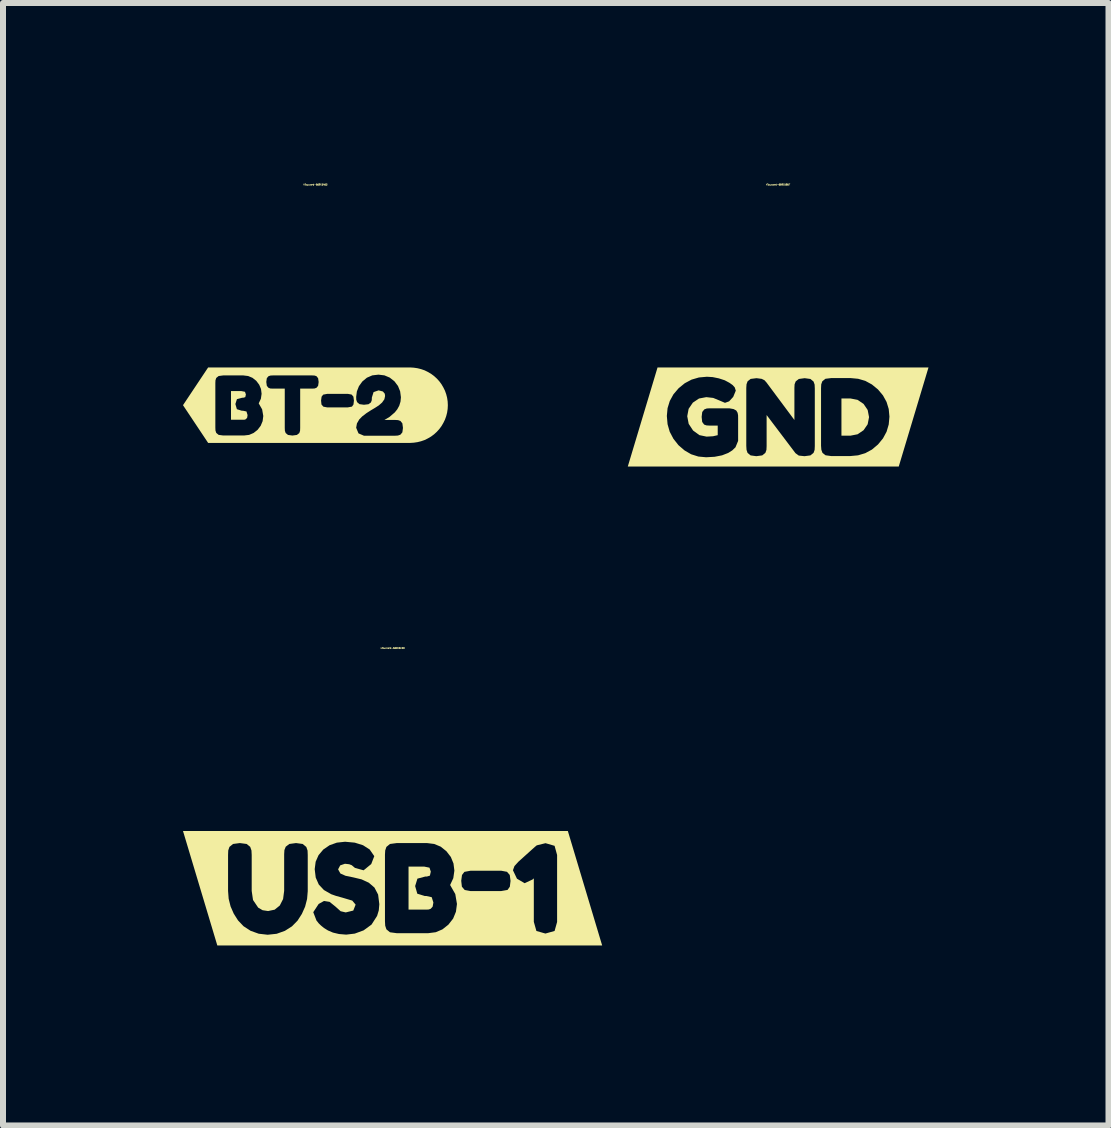
<source format=kicad_pcb>
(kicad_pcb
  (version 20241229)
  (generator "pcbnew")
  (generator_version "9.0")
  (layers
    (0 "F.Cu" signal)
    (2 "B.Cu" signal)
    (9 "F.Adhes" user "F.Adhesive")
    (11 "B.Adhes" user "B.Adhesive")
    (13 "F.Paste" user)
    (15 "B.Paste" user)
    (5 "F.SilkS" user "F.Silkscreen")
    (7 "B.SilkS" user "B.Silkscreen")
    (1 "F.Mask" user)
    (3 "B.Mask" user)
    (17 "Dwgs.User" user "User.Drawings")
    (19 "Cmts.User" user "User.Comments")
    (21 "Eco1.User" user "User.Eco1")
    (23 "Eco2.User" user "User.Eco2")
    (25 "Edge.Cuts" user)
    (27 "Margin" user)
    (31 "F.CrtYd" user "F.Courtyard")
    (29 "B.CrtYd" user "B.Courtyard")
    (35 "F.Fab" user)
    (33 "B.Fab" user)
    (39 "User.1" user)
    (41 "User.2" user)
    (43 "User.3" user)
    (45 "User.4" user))
  (footprint "kibuzzard-66915B67"
    (layer "F.Cu")
    (at 9.919 3.9)
    (property "Reference" "kibuzzard-66915B67" (at 0 -3.874 180) (layer "F.SilkS") (effects (font (size 0.025 0.025) (thickness 0.15))))
    (attr board_only exclude_from_pos_files exclude_from_bom)
    (fp_poly (pts (xy 1.055 0.311) (xy 1.206 0.311) (xy 1.324 0.288) (xy 1.424 0.22) (xy 1.492 0.121) (xy 1.515 0.002) (xy 1.492 -0.117) (xy 1.424 -0.218) (xy 1.323 -0.286) (xy 1.204 -0.309) (xy 1.055 -0.309) (xy 1.055 0.311)) (stroke (width 0) (type solid)) (fill yes) (layer "F.SilkS"))
    (fp_poly (pts (xy -1.855 -0.826) (xy -2.01 -0.826) (xy -2.506 0.826) (xy -2.01 0.826) (xy -1.855 0.826) (xy -1.201 0.826) (xy -1.201 0.671) (xy -1.33 0.659) (xy -1.45 0.621) (xy -1.56 0.557) (xy -1.662 0.469) (xy -1.746 0.362) (xy -1.807 0.246) (xy -1.843 0.12) (xy -1.855 -0.017) (xy -1.843 -0.147) (xy -1.806 -0.267) (xy -1.745 -0.378) (xy -1.659 -0.479) (xy -1.556 -0.563) (xy -1.443 -0.623) (xy -1.32 -0.659) (xy -1.187 -0.671) (xy -1.091 -0.665) (xy -0.988 -0.644) (xy -0.89 -0.612) (xy -0.81 -0.569) (xy -0.758 -0.532) (xy -0.723 -0.493) (xy -0.706 -0.439) (xy -0.749 -0.335) (xy -0.817 -0.261) (xy -0.886 -0.236) (xy -0.987 -0.279) (xy -1.082 -0.318) (xy -1.197 -0.331) (xy -1.319 -0.308) (xy -1.422 -0.239) (xy -1.492 -0.136) (xy -1.515 -0.013) (xy -1.491 0.114) (xy -1.418 0.225) (xy -1.313 0.302) (xy -1.193 0.327) (xy -1.086 0.321) (xy -1.007 0.303) (xy -1.007 0.143) (xy -1.145 0.143) (xy -1.195 0.14) (xy -1.234 0.126) (xy -1.266 0.082) (xy -1.275 -0.002) (xy -1.265 -0.084) (xy -1.23 -0.127) (xy -1.189 -0.142) (xy -1.139 -0.145) (xy -0.814 -0.145) (xy -0.742 -0.132) (xy -0.698 -0.108) (xy -0.676 -0.071) (xy -0.668 -0.03) (xy -0.667 0.017) (xy -0.667 0.398) (xy -0.711 0.505) (xy -0.764 0.556) (xy -0.832 0.599) (xy -0.935 0.639) (xy -1.058 0.663) (xy -1.201 0.671) (xy -1.201 0.826) (xy -0.364 0.826) (xy -0.364 0.653) (xy -0.459 0.64) (xy -0.51 0.598) (xy -0.527 0.547) (xy -0.531 0.482) (xy -0.531 -0.484) (xy -0.527 -0.546) (xy -0.509 -0.595) (xy -0.458 -0.635) (xy -0.36 -0.647) (xy -0.275 -0.636) (xy -0.228 -0.613) (xy -0.194 -0.575) (xy 0.271 0.05) (xy 0.271 -0.484) (xy 0.274 -0.545) (xy 0.293 -0.594) (xy 0.345 -0.634) (xy 0.442 -0.647) (xy 0.538 -0.634) (xy 0.59 -0.591) (xy 0.608 -0.54) (xy 0.611 -0.476) (xy 0.611 0.484) (xy 0.608 0.548) (xy 0.59 0.598) (xy 0.538 0.64) (xy 0.44 0.653) (xy 0.344 0.643) (xy 0.289 0.603) (xy -0.192 -0.033) (xy -0.192 0.484) (xy -0.195 0.548) (xy -0.213 0.598) (xy -0.265 0.64) (xy -0.364 0.653) (xy -0.364 0.826) (xy 0.884 0.826) (xy 0.884 0.651) (xy 0.79 0.638) (xy 0.739 0.598) (xy 0.72 0.546) (xy 0.715 0.48) (xy 0.715 -0.482) (xy 0.718 -0.544) (xy 0.736 -0.595) (xy 0.788 -0.637) (xy 0.886 -0.649) (xy 1.206 -0.649) (xy 1.334 -0.637) (xy 1.453 -0.602) (xy 1.563 -0.542) (xy 1.664 -0.459) (xy 1.747 -0.36) (xy 1.807 -0.251) (xy 1.843 -0.133) (xy 1.855 -0.006) (xy 1.843 0.125) (xy 1.807 0.246) (xy 1.747 0.357) (xy 1.664 0.458) (xy 1.563 0.543) (xy 1.452 0.603) (xy 1.331 0.639) (xy 1.201 0.651) (xy 0.884 0.651) (xy 0.884 0.826) (xy 1.855 0.826) (xy 2.01 0.826) (xy 2.506 -0.826) (xy 2.01 -0.826) (xy 1.855 -0.826) (xy -1.855 -0.826)) (stroke (width 0) (type solid)) (fill yes) (layer "F.SilkS")))
  (footprint "kibuzzard-66915A63"
    (layer "F.Cu")
    (at 2.207 3.703)
    (property "Reference" "kibuzzard-66915A63" (at 0 -3.677 180) (layer "F.SilkS") (effects (font (size 0.025 0.025) (thickness 0.15))))
    (attr board_only exclude_from_pos_files exclude_from_bom)
    (fp_poly (pts (xy -1.407 0.243) (xy -1.202 0.243) (xy -1.182 0.242) (xy -1.16 0.234) (xy -1.138 0.21) (xy -1.131 0.165) (xy -1.149 0.105) (xy -1.209 0.092) (xy -1.228 0.092) (xy -1.309 0.067) (xy -1.334 -0.019) (xy -1.308 -0.101) (xy -1.221 -0.124) (xy -1.203 -0.124) (xy -1.169 -0.134) (xy -1.159 -0.179) (xy -1.174 -0.223) (xy -1.234 -0.235) (xy -1.407 -0.235) (xy -1.407 0.243)) (stroke (width 0) (type solid)) (fill yes) (layer "F.SilkS"))
    (fp_poly (pts (xy -1.668 -0.629) (xy -1.788 -0.629) (xy -2.207 0) (xy -1.788 0.629) (xy -1.668 0.629) (xy -1.538 0.629) (xy -1.538 0.505) (xy -1.613 0.495) (xy -1.653 0.462) (xy -1.666 0.422) (xy -1.668 0.372) (xy -1.668 -0.366) (xy -1.666 -0.414) (xy -1.653 -0.454) (xy -1.613 -0.486) (xy -1.537 -0.496) (xy -1.202 -0.496) (xy -1.121 -0.486) (xy -1.049 -0.456) (xy -0.986 -0.406) (xy -0.937 -0.341) (xy -0.907 -0.27) (xy -0.897 -0.19) (xy -0.909 -0.107) (xy -0.945 -0.03) (xy -0.888 0.07) (xy -0.869 0.18) (xy -0.88 0.266) (xy -0.912 0.343) (xy -0.964 0.411) (xy -1.03 0.463) (xy -1.105 0.495) (xy -1.188 0.505) (xy -1.538 0.505) (xy -1.538 0.629) (xy -0.384 0.629) (xy -0.384 0.506) (xy -0.457 0.496) (xy -0.496 0.464) (xy -0.509 0.426) (xy -0.511 0.378) (xy -0.511 -0.276) (xy -0.71 -0.276) (xy -0.751 -0.278) (xy -0.783 -0.29) (xy -0.81 -0.323) (xy -0.819 -0.388) (xy -0.81 -0.45) (xy -0.782 -0.483) (xy -0.749 -0.494) (xy -0.708 -0.496) (xy -0.055 -0.496) (xy -0.014 -0.494) (xy 0.018 -0.483) (xy 0.045 -0.449) (xy 0.054 -0.386) (xy 0.045 -0.323) (xy 0.018 -0.29) (xy -0.015 -0.278) (xy -0.056 -0.276) (xy -0.254 -0.276) (xy -0.254 0.379) (xy -0.256 0.427) (xy -0.269 0.465) (xy -0.309 0.496) (xy -0.384 0.506) (xy -0.384 0.629) (xy 0.538 0.629) (xy 0.538 0.037) (xy 0.197 0.037) (xy 0.133 0.025) (xy 0.101 -0.011) (xy 0.094 -0.077) (xy 0.103 -0.142) (xy 0.13 -0.176) (xy 0.199 -0.189) (xy 0.539 -0.189) (xy 0.603 -0.177) (xy 0.633 -0.142) (xy 0.642 -0.076) (xy 0.634 -0.011) (xy 0.609 0.024) (xy 0.538 0.037) (xy 0.538 0.629) (xy 0.809 0.629) (xy 0.809 0.509) (xy 0.718 0.47) (xy 0.679 0.376) (xy 0.692 0.304) (xy 0.731 0.237) (xy 0.78 0.187) (xy 0.849 0.134) (xy 0.925 0.085) (xy 0.994 0.044) (xy 1.056 0.004) (xy 1.111 -0.044) (xy 1.149 -0.098) (xy 1.161 -0.153) (xy 1.156 -0.191) (xy 1.125 -0.228) (xy 1.053 -0.247) (xy 0.969 -0.218) (xy 0.941 -0.129) (xy 0.939 -0.083) (xy 0.925 -0.046) (xy 0.885 -0.016) (xy 0.809 -0.007) (xy 0.735 -0.017) (xy 0.695 -0.05) (xy 0.681 -0.089) (xy 0.679 -0.139) (xy 0.691 -0.23) (xy 0.725 -0.316) (xy 0.782 -0.395) (xy 0.858 -0.458) (xy 0.948 -0.497) (xy 1.051 -0.509) (xy 1.15 -0.497) (xy 1.238 -0.46) (xy 1.316 -0.399) (xy 1.376 -0.32) (xy 1.412 -0.231) (xy 1.425 -0.132) (xy 1.418 -0.059) (xy 1.397 0.009) (xy 1.364 0.069) (xy 1.323 0.12) (xy 1.236 0.195) (xy 1.15 0.246) (xy 1.329 0.246) (xy 1.378 0.249) (xy 1.417 0.263) (xy 1.449 0.303) (xy 1.459 0.379) (xy 1.449 0.453) (xy 1.416 0.492) (xy 1.375 0.506) (xy 1.326 0.509) (xy 0.809 0.509) (xy 0.809 0.629) (xy 1.459 0.629) (xy 1.578 0.629) (xy 1.64 0.625) (xy 1.701 0.616) (xy 1.761 0.601) (xy 1.819 0.581) (xy 1.874 0.554) (xy 1.927 0.523) (xy 1.977 0.486) (xy 2.023 0.444) (xy 2.064 0.399) (xy 2.101 0.349) (xy 2.132 0.296) (xy 2.159 0.241) (xy 2.18 0.182) (xy 2.195 0.123) (xy 2.204 0.062) (xy 2.207 0) (xy 2.204 -0.062) (xy 2.195 -0.123) (xy 2.18 -0.182) (xy 2.159 -0.241) (xy 2.132 -0.296) (xy 2.101 -0.349) (xy 2.064 -0.399) (xy 2.023 -0.444) (xy 1.977 -0.486) (xy 1.927 -0.523) (xy 1.874 -0.554) (xy 1.819 -0.581) (xy 1.761 -0.601) (xy 1.701 -0.616) (xy 1.64 -0.625) (xy 1.578 -0.629) (xy 1.459 -0.629) (xy -1.668 -0.629)) (stroke (width 0) (type solid)) (fill yes) (layer "F.SilkS")))
  (footprint "kibuzzard-66916E00"
    (layer "F.Cu")
    (at 3.493 11.754)
    (property "Reference" "kibuzzard-66916E00" (at 0 -4.002 0) (layer "F.SilkS") (effects (font (size 0.025 0.025) (thickness 0.15))))
    (attr board_only exclude_from_pos_files exclude_from_bom)
    (fp_poly (pts (xy 0.266 0.356) (xy 0.573 0.356) (xy 0.603 0.354) (xy 0.636 0.342) (xy 0.668 0.306) (xy 0.68 0.238) (xy 0.652 0.149) (xy 0.562 0.129) (xy 0.534 0.129) (xy 0.412 0.091) (xy 0.376 -0.036) (xy 0.414 -0.16) (xy 0.545 -0.195) (xy 0.571 -0.195) (xy 0.622 -0.21) (xy 0.637 -0.277) (xy 0.615 -0.343) (xy 0.526 -0.361) (xy 0.266 -0.361) (xy 0.266 0.356)) (stroke (width 0) (type solid)) (fill yes) (layer "F.SilkS"))
    (fp_poly (pts (xy -2.742 -0.954) (xy -2.921 -0.954) (xy -3.493 -0.954) (xy -2.921 0.954) (xy -2.742 0.954) (xy -2.082 0.954) (xy -2.082 0.775) (xy -2.231 0.758) (xy -2.367 0.709) (xy -2.484 0.633) (xy -2.576 0.536) (xy -2.647 0.424) (xy -2.7 0.303) (xy -2.732 0.175) (xy -2.742 0.045) (xy -2.742 -0.556) (xy -2.739 -0.63) (xy -2.719 -0.689) (xy -2.659 -0.738) (xy -2.545 -0.753) (xy -2.432 -0.738) (xy -2.373 -0.69) (xy -2.352 -0.63) (xy -2.348 -0.554) (xy -2.348 0.045) (xy -2.326 0.196) (xy -2.24 0.323) (xy -2.167 0.366) (xy -2.075 0.38) (xy -1.965 0.357) (xy -1.88 0.288) (xy -1.825 0.18) (xy -1.807 0.043) (xy -1.807 -0.567) (xy -1.803 -0.636) (xy -1.781 -0.692) (xy -1.721 -0.738) (xy -1.609 -0.753) (xy -1.498 -0.738) (xy -1.438 -0.688) (xy -1.417 -0.628) (xy -1.414 -0.554) (xy -1.414 0.049) (xy -1.425 0.179) (xy -1.458 0.307) (xy -1.512 0.428) (xy -1.584 0.54) (xy -1.677 0.635) (xy -1.795 0.71) (xy -1.932 0.759) (xy -2.082 0.775) (xy -2.082 0.954) (xy -0.773 0.954) (xy -0.773 0.773) (xy -0.893 0.763) (xy -0.994 0.739) (xy -1.076 0.704) (xy -1.143 0.663) (xy -1.194 0.621) (xy -1.232 0.584) (xy -1.255 0.554) (xy -1.268 0.539) (xy -1.322 0.399) (xy -1.232 0.262) (xy -1.143 0.212) (xy -1.05 0.227) (xy -0.953 0.305) (xy -0.866 0.383) (xy -0.781 0.403) (xy -0.655 0.372) (xy -0.616 0.273) (xy -0.672 0.206) (xy -0.84 0.156) (xy -0.942 0.128) (xy -1.024 0.099) (xy -1.144 0.03) (xy -1.23 -0.062) (xy -1.281 -0.178) (xy -1.298 -0.318) (xy -1.282 -0.442) (xy -1.234 -0.551) (xy -1.155 -0.645) (xy -1.05 -0.717) (xy -0.929 -0.76) (xy -0.792 -0.775) (xy -0.63 -0.76) (xy -0.493 -0.717) (xy -0.382 -0.646) (xy -0.305 -0.535) (xy -0.356 -0.403) (xy -0.483 -0.299) (xy -0.627 -0.339) (xy -0.651 -0.359) (xy -0.681 -0.384) (xy -0.723 -0.4) (xy -0.794 -0.408) (xy -0.873 -0.381) (xy -0.908 -0.315) (xy -0.87 -0.246) (xy -0.785 -0.208) (xy -0.655 -0.181) (xy -0.517 -0.148) (xy -0.396 -0.092) (xy -0.302 -0.011) (xy -0.241 0.106) (xy -0.221 0.266) (xy -0.23 0.369) (xy -0.258 0.461) (xy -0.351 0.606) (xy -0.483 0.702) (xy -0.63 0.756) (xy -0.773 0.773) (xy -0.773 0.954) (xy 0.069 0.954) (xy 0.069 0.749) (xy -0.043 0.734) (xy -0.103 0.685) (xy -0.123 0.624) (xy -0.127 0.549) (xy -0.127 -0.558) (xy -0.123 -0.63) (xy -0.103 -0.689) (xy -0.043 -0.738) (xy 0.071 -0.753) (xy 0.573 -0.753) (xy 0.694 -0.738) (xy 0.802 -0.693) (xy 0.897 -0.617) (xy 0.971 -0.521) (xy 1.015 -0.413) (xy 1.03 -0.294) (xy 1.012 -0.168) (xy 0.959 -0.054) (xy 1.045 0.097) (xy 1.073 0.262) (xy 1.056 0.391) (xy 1.009 0.506) (xy 0.93 0.607) (xy 0.83 0.686) (xy 0.719 0.733) (xy 0.594 0.749) (xy 0.069 0.749) (xy 0.069 0.954) (xy 1.809 0.954) (xy 1.809 0.047) (xy 1.298 0.047) (xy 1.202 0.029) (xy 1.155 -0.026) (xy 1.144 -0.124) (xy 1.157 -0.221) (xy 1.197 -0.273) (xy 1.3 -0.292) (xy 1.811 -0.292) (xy 1.907 -0.274) (xy 1.953 -0.221) (xy 1.966 -0.122) (xy 1.954 -0.025) (xy 1.916 0.028) (xy 1.809 0.047) (xy 1.809 0.954) (xy 2.547 0.954) (xy 2.547 0.755) (xy 2.397 0.712) (xy 2.354 0.56) (xy 2.354 -0.165) (xy 2.333 -0.146) (xy 2.201 -0.084) (xy 2.073 -0.159) (xy 2.006 -0.3) (xy 2.031 -0.369) (xy 2.097 -0.442) (xy 2.369 -0.687) (xy 2.403 -0.715) (xy 2.549 -0.751) (xy 2.7 -0.707) (xy 2.742 -0.554) (xy 2.742 0.562) (xy 2.7 0.712) (xy 2.547 0.755) (xy 2.547 0.954) (xy 2.742 0.954) (xy 2.921 0.954) (xy 3.493 0.954) (xy 2.921 -0.954) (xy 2.742 -0.954) (xy -2.742 -0.954)) (stroke (width 0) (type solid)) (fill yes) (layer "F.SilkS")))
  (gr_rect
    (start -3 -3)
    (end 15.425 15.708)
    (stroke (width 0.1) (type default))
    (fill no)
    (layer "Edge.Cuts")))
</source>
